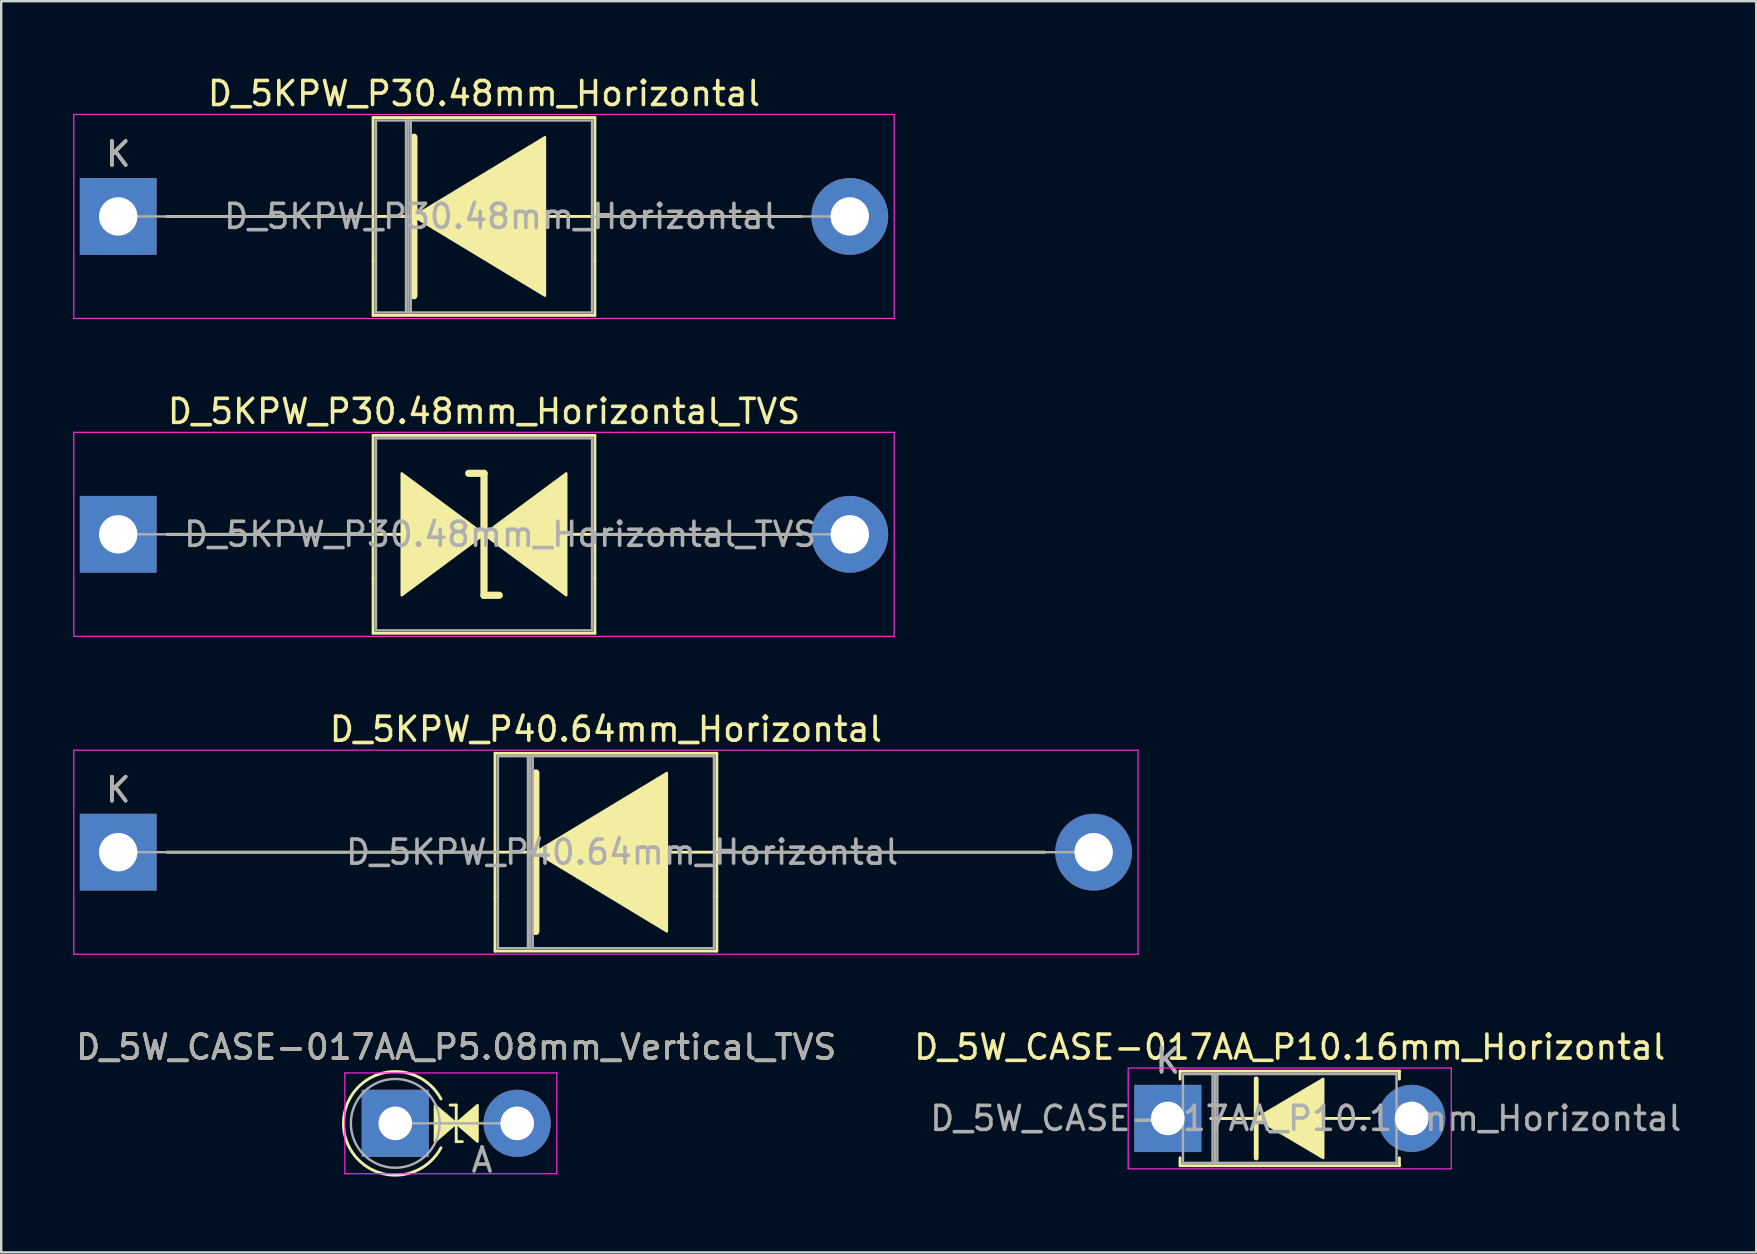
<source format=kicad_pcb>
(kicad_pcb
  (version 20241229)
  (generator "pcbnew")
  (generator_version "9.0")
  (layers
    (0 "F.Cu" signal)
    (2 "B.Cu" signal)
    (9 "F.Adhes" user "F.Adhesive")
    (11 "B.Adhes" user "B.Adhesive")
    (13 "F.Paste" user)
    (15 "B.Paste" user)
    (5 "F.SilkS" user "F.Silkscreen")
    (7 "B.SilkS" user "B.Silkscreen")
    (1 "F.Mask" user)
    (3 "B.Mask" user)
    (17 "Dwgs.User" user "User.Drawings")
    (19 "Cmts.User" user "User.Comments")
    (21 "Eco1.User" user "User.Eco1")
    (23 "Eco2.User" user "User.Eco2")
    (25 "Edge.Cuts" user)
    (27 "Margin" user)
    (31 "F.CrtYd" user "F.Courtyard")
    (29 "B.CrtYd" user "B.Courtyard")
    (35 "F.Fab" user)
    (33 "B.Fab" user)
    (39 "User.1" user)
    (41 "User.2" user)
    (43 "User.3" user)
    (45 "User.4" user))
  (footprint "D_5KPW_P40.64mm_Horizontal"
    (layer "F.Cu")
    (at 1.875 32.455)
    (property "Reference" "D_5KPW_P40.64mm_Horizontal" (at 20.32 -5.12 0) (layer "F.SilkS") (effects (font (size 1 1) (thickness 0.15))))
    (attr through_hole)
    (fp_line (start 2.032 0) (end 17.399 0) (stroke (width 0.12) (type solid)) (layer "F.SilkS"))
    (fp_line (start 15.7 -4.12) (end 24.94 -4.12) (stroke (width 0.12) (type solid)) (layer "F.SilkS"))
    (fp_line (start 15.7 1.84) (end 15.7 -4.12) (stroke (width 0.12) (type solid)) (layer "F.SilkS"))
    (fp_line (start 15.7 1.84) (end 15.7 4.12) (stroke (width 0.12) (type solid)) (layer "F.SilkS"))
    (fp_line (start 15.7 4.12) (end 24.94 4.12) (stroke (width 0.12) (type solid)) (layer "F.SilkS"))
    (fp_line (start 17.399 -3.302) (end 17.399 3.302) (stroke (width 0.3) (type solid)) (layer "F.SilkS"))
    (fp_line (start 24.94 -4.12) (end 24.94 1.84) (stroke (width 0.12) (type solid)) (layer "F.SilkS"))
    (fp_line (start 24.94 4.12) (end 24.94 1.84) (stroke (width 0.12) (type solid)) (layer "F.SilkS"))
    (fp_line (start 38.608 0) (end 22.37 0) (stroke (width 0.12) (type solid)) (layer "F.SilkS"))
    (fp_poly (pts (xy 22.86 3.302) (xy 17.399 0) (xy 22.86 -3.302)) (stroke (width 0.1) (type solid)) (fill yes) (layer "F.SilkS"))
    (fp_line (start -1.85 -4.25) (end -1.85 4.25) (stroke (width 0.05) (type solid)) (layer "F.CrtYd"))
    (fp_line (start -1.85 4.25) (end 42.49 4.25) (stroke (width 0.05) (type solid)) (layer "F.CrtYd"))
    (fp_line (start 42.49 -4.25) (end -1.85 -4.25) (stroke (width 0.05) (type solid)) (layer "F.CrtYd"))
    (fp_line (start 42.49 4.25) (end 42.49 -4.25) (stroke (width 0.05) (type solid)) (layer "F.CrtYd"))
    (fp_line (start 0 0) (end 15.82 0) (stroke (width 0.1) (type solid)) (layer "F.Fab"))
    (fp_line (start 15.82 -4) (end 15.82 4) (stroke (width 0.1) (type solid)) (layer "F.Fab"))
    (fp_line (start 15.82 4) (end 24.82 4) (stroke (width 0.1) (type solid)) (layer "F.Fab"))
    (fp_line (start 17.07 -4) (end 17.07 4) (stroke (width 0.1) (type solid)) (layer "F.Fab"))
    (fp_line (start 17.17 -4) (end 17.17 4) (stroke (width 0.1) (type solid)) (layer "F.Fab"))
    (fp_line (start 17.27 -4) (end 17.27 4) (stroke (width 0.1) (type solid)) (layer "F.Fab"))
    (fp_line (start 24.82 -4) (end 15.82 -4) (stroke (width 0.1) (type solid)) (layer "F.Fab"))
    (fp_line (start 24.82 4) (end 24.82 -4) (stroke (width 0.1) (type solid)) (layer "F.Fab"))
    (fp_line (start 40.64 0) (end 24.892 0) (stroke (width 0.1) (type solid)) (layer "F.Fab"))
    (fp_text user "K" (at 0 -2.6 0) (layer "F.SilkS") (effects (font (size 1 1) (thickness 0.15))))
    (fp_text user "${REFERENCE}" (at 20.995 0 0) (layer "F.Fab") (effects (font (size 1 1) (thickness 0.15))))
    (fp_text user "K" (at 0 -2.6 0) (layer "F.Fab") (effects (font (size 1 1) (thickness 0.15))))
    (pad "1" thru_hole rect (at 0 0) (size 3.2 3.2) (drill 1.6) (layers "*.Cu" "*.Mask"))
    (pad "2" thru_hole oval (at 40.64 0) (size 3.2 3.2) (drill 1.6) (layers "*.Cu" "*.Mask")))
  (footprint "D_5W_CASE-017AA_P10.16mm_Horizontal"
    (layer "F.Cu")
    (at 45.605 43.548)
    (property "Reference" "D_5W_CASE-017AA_P10.16mm_Horizontal" (at 5.08 -2.97 0) (layer "F.SilkS") (effects (font (size 1 1) (thickness 0.15))))
    (fp_line (start 0.51 -1.97) (end 9.65 -1.97) (stroke (width 0.12) (type solid)) (layer "F.SilkS"))
    (fp_line (start 0.51 -1.64) (end 0.51 -1.97) (stroke (width 0.12) (type solid)) (layer "F.SilkS"))
    (fp_line (start 0.51 1.64) (end 0.51 1.97) (stroke (width 0.12) (type solid)) (layer "F.SilkS"))
    (fp_line (start 0.51 1.97) (end 9.65 1.97) (stroke (width 0.12) (type solid)) (layer "F.SilkS"))
    (fp_line (start 1.8 0) (end 3.4 0) (stroke (width 0.12) (type solid)) (layer "F.SilkS"))
    (fp_line (start 3.683 -1.651) (end 3.683 1.651) (stroke (width 0.2) (type solid)) (layer "F.SilkS"))
    (fp_line (start 3.683 0) (end 1.8 0) (stroke (width 0.12) (type solid)) (layer "F.SilkS"))
    (fp_line (start 8.4 0) (end 6.35 0) (stroke (width 0.12) (type solid)) (layer "F.SilkS"))
    (fp_line (start 9.65 -1.97) (end 9.65 -1.64) (stroke (width 0.12) (type solid)) (layer "F.SilkS"))
    (fp_line (start 9.65 1.97) (end 9.65 1.64) (stroke (width 0.12) (type solid)) (layer "F.SilkS"))
    (fp_poly (pts (xy 6.477 1.651) (xy 3.683 0) (xy 6.477 -1.651)) (stroke (width 0.1) (type solid)) (fill yes) (layer "F.SilkS"))
    (fp_line (start -1.65 -2.1) (end -1.65 2.1) (stroke (width 0.05) (type solid)) (layer "F.CrtYd"))
    (fp_line (start -1.65 2.1) (end 11.81 2.1) (stroke (width 0.05) (type solid)) (layer "F.CrtYd"))
    (fp_line (start 11.81 -2.1) (end -1.65 -2.1) (stroke (width 0.05) (type solid)) (layer "F.CrtYd"))
    (fp_line (start 11.81 2.1) (end 11.81 -2.1) (stroke (width 0.05) (type solid)) (layer "F.CrtYd"))
    (fp_line (start 0 0) (end 0.63 0) (stroke (width 0.1) (type solid)) (layer "F.Fab"))
    (fp_line (start 0.63 -1.85) (end 0.63 1.85) (stroke (width 0.1) (type solid)) (layer "F.Fab"))
    (fp_line (start 0.63 1.85) (end 9.53 1.85) (stroke (width 0.1) (type solid)) (layer "F.Fab"))
    (fp_line (start 1.865 -1.85) (end 1.865 1.85) (stroke (width 0.1) (type solid)) (layer "F.Fab"))
    (fp_line (start 1.965 -1.85) (end 1.965 1.85) (stroke (width 0.1) (type solid)) (layer "F.Fab"))
    (fp_line (start 2.065 -1.85) (end 2.065 1.85) (stroke (width 0.1) (type solid)) (layer "F.Fab"))
    (fp_line (start 9.53 -1.85) (end 0.63 -1.85) (stroke (width 0.1) (type solid)) (layer "F.Fab"))
    (fp_line (start 9.53 1.85) (end 9.53 -1.85) (stroke (width 0.1) (type solid)) (layer "F.Fab"))
    (fp_line (start 10.16 0) (end 9.53 0) (stroke (width 0.1) (type solid)) (layer "F.Fab"))
    (fp_text user "K" (at 0 -2.4 0) (layer "F.SilkS") (effects (font (size 1 1) (thickness 0.15))))
    (fp_text user "${REFERENCE}" (at 5.747 0 0) (layer "F.Fab") (effects (font (size 1 1) (thickness 0.15))))
    (fp_text user "K" (at 0 -2.4 0) (layer "F.Fab") (effects (font (size 1 1) (thickness 0.15))))
    (pad "1" thru_hole rect (at 0 0) (size 2.8 2.8) (drill 1.4) (layers "*.Cu" "*.Mask"))
    (pad "2" thru_hole oval (at 10.16 0) (size 2.8 2.8) (drill 1.4) (layers "*.Cu" "*.Mask")))
  (footprint "D_5W_CASE-017AA_P5.08mm_Vertical_TVS"
    (layer "F.Cu")
    (at 13.418 43.753)
    (property "Reference" "D_5W_CASE-017AA_P5.08mm_Vertical_TVS" (at 2.54 -3.175 0) (layer "F.SilkS") (effects (font (size 1 1) (thickness 0.15))))
    (fp_line (start 2.286 -0.762) (end 2.54 -0.762) (stroke (width 0.12) (type solid)) (layer "F.SilkS"))
    (fp_line (start 2.54 0.762) (end 2.54 -0.762) (stroke (width 0.12) (type solid)) (layer "F.SilkS"))
    (fp_line (start 2.54 0.762) (end 2.794 0.762) (stroke (width 0.12) (type solid)) (layer "F.SilkS"))
    (fp_arc (start 1.904999 1.016) (mid -2.158999 0) (end 1.904999 -1.016) (stroke (width 0.12) (type solid)) (layer "F.SilkS"))
    (fp_poly (pts (xy 1.651 -0.762) (xy 2.54 0) (xy 1.651 0.762)) (stroke (width 0.1) (type solid)) (fill yes) (layer "F.SilkS"))
    (fp_poly (pts (xy 3.429 0.762) (xy 2.54 0) (xy 3.429 -0.762)) (stroke (width 0.1) (type solid)) (fill yes) (layer "F.SilkS"))
    (fp_line (start -2.1 -2.1) (end -2.1 2.1) (stroke (width 0.05) (type solid)) (layer "F.CrtYd"))
    (fp_line (start -2.1 2.1) (end 6.73 2.1) (stroke (width 0.05) (type solid)) (layer "F.CrtYd"))
    (fp_line (start 6.73 -2.1) (end -2.1 -2.1) (stroke (width 0.05) (type solid)) (layer "F.CrtYd"))
    (fp_line (start 6.73 2.1) (end 6.73 -2.1) (stroke (width 0.05) (type solid)) (layer "F.CrtYd"))
    (fp_line (start 0 0) (end 5.08 0) (stroke (width 0.1) (type solid)) (layer "F.Fab"))
    (fp_circle (center 0 0) (end 1.85 0) (stroke (width 0.1) (type solid)) (fill no) (layer "F.Fab"))
    (fp_text user "A" (at 3.615 1.527 0) (layer "F.Fab") (effects (font (size 1 1) (thickness 0.15))))
    (fp_text user "${REFERENCE}" (at 2.54 -3.175 0) (layer "F.Fab") (effects (font (size 1 1) (thickness 0.15))))
    (pad "1" thru_hole rect (at 0 0) (size 2.8 2.8) (drill 1.4) (layers "*.Cu" "*.Mask"))
    (pad "2" thru_hole oval (at 5.08 0) (size 2.8 2.8) (drill 1.4) (layers "*.Cu" "*.Mask")))
  (footprint "D_5KPW_P30.48mm_Horizontal_TVS"
    (layer "F.Cu")
    (at 1.875 19.212)
    (property "Reference" "D_5KPW_P30.48mm_Horizontal_TVS" (at 15.24 -5.12 0) (layer "F.SilkS") (effects (font (size 1 1) (thickness 0.15))))
    (attr through_hole)
    (fp_line (start 10.62 -4.12) (end 19.86 -4.12) (stroke (width 0.12) (type solid)) (layer "F.SilkS"))
    (fp_line (start 10.62 1.84) (end 10.62 -4.12) (stroke (width 0.12) (type solid)) (layer "F.SilkS"))
    (fp_line (start 10.62 1.84) (end 10.62 4.12) (stroke (width 0.12) (type solid)) (layer "F.SilkS"))
    (fp_line (start 10.62 4.12) (end 19.86 4.12) (stroke (width 0.12) (type solid)) (layer "F.SilkS"))
    (fp_line (start 11.811 0) (end 2.032 0) (stroke (width 0.12) (type solid)) (layer "F.SilkS"))
    (fp_line (start 15.24 -2.54) (end 14.605 -2.54) (stroke (width 0.3) (type solid)) (layer "F.SilkS"))
    (fp_line (start 15.24 2.54) (end 15.24 -2.54) (stroke (width 0.3) (type solid)) (layer "F.SilkS"))
    (fp_line (start 15.875 2.54) (end 15.24 2.54) (stroke (width 0.3) (type solid)) (layer "F.SilkS"))
    (fp_line (start 19.86 -4.12) (end 19.86 1.84) (stroke (width 0.12) (type solid)) (layer "F.SilkS"))
    (fp_line (start 19.86 4.12) (end 19.86 1.84) (stroke (width 0.12) (type solid)) (layer "F.SilkS"))
    (fp_line (start 28.448 0) (end 18.669 0) (stroke (width 0.12) (type solid)) (layer "F.SilkS"))
    (fp_poly (pts (xy 15.24 0) (xy 11.811 2.54) (xy 11.811 -2.54)) (stroke (width 0.1) (type solid)) (fill yes) (layer "F.SilkS"))
    (fp_poly (pts (xy 15.24 0) (xy 18.669 -2.54) (xy 18.669 2.54)) (stroke (width 0.1) (type solid)) (fill yes) (layer "F.SilkS"))
    (fp_line (start -1.85 -4.25) (end -1.85 4.25) (stroke (width 0.05) (type solid)) (layer "F.CrtYd"))
    (fp_line (start -1.85 4.25) (end 32.33 4.25) (stroke (width 0.05) (type solid)) (layer "F.CrtYd"))
    (fp_line (start 32.33 -4.25) (end -1.85 -4.25) (stroke (width 0.05) (type solid)) (layer "F.CrtYd"))
    (fp_line (start 32.33 4.25) (end 32.33 -4.25) (stroke (width 0.05) (type solid)) (layer "F.CrtYd"))
    (fp_line (start 0 0) (end 10.74 0) (stroke (width 0.1) (type solid)) (layer "F.Fab"))
    (fp_line (start 10.74 -4) (end 10.74 4) (stroke (width 0.1) (type solid)) (layer "F.Fab"))
    (fp_line (start 10.74 4) (end 19.74 4) (stroke (width 0.1) (type solid)) (layer "F.Fab"))
    (fp_line (start 19.74 -4) (end 10.74 -4) (stroke (width 0.1) (type solid)) (layer "F.Fab"))
    (fp_line (start 19.74 4) (end 19.74 -4) (stroke (width 0.1) (type solid)) (layer "F.Fab"))
    (fp_line (start 30.48 0) (end 19.74 0) (stroke (width 0.1) (type solid)) (layer "F.Fab"))
    (fp_text user "${REFERENCE}" (at 15.915 0 0) (layer "F.Fab") (effects (font (size 1 1) (thickness 0.15))))
    (pad "1" thru_hole rect (at 0 0) (size 3.2 3.2) (drill 1.6) (layers "*.Cu" "*.Mask"))
    (pad "2" thru_hole oval (at 30.48 0) (size 3.2 3.2) (drill 1.6) (layers "*.Cu" "*.Mask")))
  (footprint "D_5KPW_P30.48mm_Horizontal"
    (layer "F.Cu")
    (at 1.875 5.968)
    (property "Reference" "D_5KPW_P30.48mm_Horizontal" (at 15.24 -5.12 0) (layer "F.SilkS") (effects (font (size 1 1) (thickness 0.15))))
    (attr through_hole)
    (fp_line (start 2.032 0) (end 12.319 0) (stroke (width 0.12) (type solid)) (layer "F.SilkS"))
    (fp_line (start 10.62 -4.12) (end 19.86 -4.12) (stroke (width 0.12) (type solid)) (layer "F.SilkS"))
    (fp_line (start 10.62 1.84) (end 10.62 -4.12) (stroke (width 0.12) (type solid)) (layer "F.SilkS"))
    (fp_line (start 10.62 1.84) (end 10.62 4.12) (stroke (width 0.12) (type solid)) (layer "F.SilkS"))
    (fp_line (start 10.62 4.12) (end 19.86 4.12) (stroke (width 0.12) (type solid)) (layer "F.SilkS"))
    (fp_line (start 12.319 -3.302) (end 12.319 3.302) (stroke (width 0.3) (type solid)) (layer "F.SilkS"))
    (fp_line (start 19.86 -4.12) (end 19.86 1.84) (stroke (width 0.12) (type solid)) (layer "F.SilkS"))
    (fp_line (start 19.86 4.12) (end 19.86 1.84) (stroke (width 0.12) (type solid)) (layer "F.SilkS"))
    (fp_line (start 28.448 0) (end 17.29 0) (stroke (width 0.12) (type solid)) (layer "F.SilkS"))
    (fp_poly (pts (xy 17.78 3.302) (xy 12.319 0) (xy 17.78 -3.302)) (stroke (width 0.1) (type solid)) (fill yes) (layer "F.SilkS"))
    (fp_line (start -1.85 -4.25) (end -1.85 4.25) (stroke (width 0.05) (type solid)) (layer "F.CrtYd"))
    (fp_line (start -1.85 4.25) (end 32.33 4.25) (stroke (width 0.05) (type solid)) (layer "F.CrtYd"))
    (fp_line (start 32.33 -4.25) (end -1.85 -4.25) (stroke (width 0.05) (type solid)) (layer "F.CrtYd"))
    (fp_line (start 32.33 4.25) (end 32.33 -4.25) (stroke (width 0.05) (type solid)) (layer "F.CrtYd"))
    (fp_line (start 0 0) (end 10.74 0) (stroke (width 0.1) (type solid)) (layer "F.Fab"))
    (fp_line (start 10.74 -4) (end 10.74 4) (stroke (width 0.1) (type solid)) (layer "F.Fab"))
    (fp_line (start 10.74 4) (end 19.74 4) (stroke (width 0.1) (type solid)) (layer "F.Fab"))
    (fp_line (start 11.99 -4) (end 11.99 4) (stroke (width 0.1) (type solid)) (layer "F.Fab"))
    (fp_line (start 12.09 -4) (end 12.09 4) (stroke (width 0.1) (type solid)) (layer "F.Fab"))
    (fp_line (start 12.19 -4) (end 12.19 4) (stroke (width 0.1) (type solid)) (layer "F.Fab"))
    (fp_line (start 19.74 -4) (end 10.74 -4) (stroke (width 0.1) (type solid)) (layer "F.Fab"))
    (fp_line (start 19.74 4) (end 19.74 -4) (stroke (width 0.1) (type solid)) (layer "F.Fab"))
    (fp_line (start 30.48 0) (end 19.74 0) (stroke (width 0.1) (type solid)) (layer "F.Fab"))
    (fp_text user "K" (at 0 -2.6 0) (layer "F.SilkS") (effects (font (size 1 1) (thickness 0.15))))
    (fp_text user "K" (at 0 -2.6 0) (layer "F.Fab") (effects (font (size 1 1) (thickness 0.15))))
    (fp_text user "${REFERENCE}" (at 15.915 0 0) (layer "F.Fab") (effects (font (size 1 1) (thickness 0.15))))
    (pad "1" thru_hole rect (at 0 0) (size 3.2 3.2) (drill 1.6) (layers "*.Cu" "*.Mask"))
    (pad "2" thru_hole oval (at 30.48 0) (size 3.2 3.2) (drill 1.6) (layers "*.Cu" "*.Mask")))
  (gr_rect
    (start -3 -3)
    (end 70.12 49.128)
    (stroke (width 0.1) (type default))
    (fill no)
    (layer "Edge.Cuts")))
</source>
